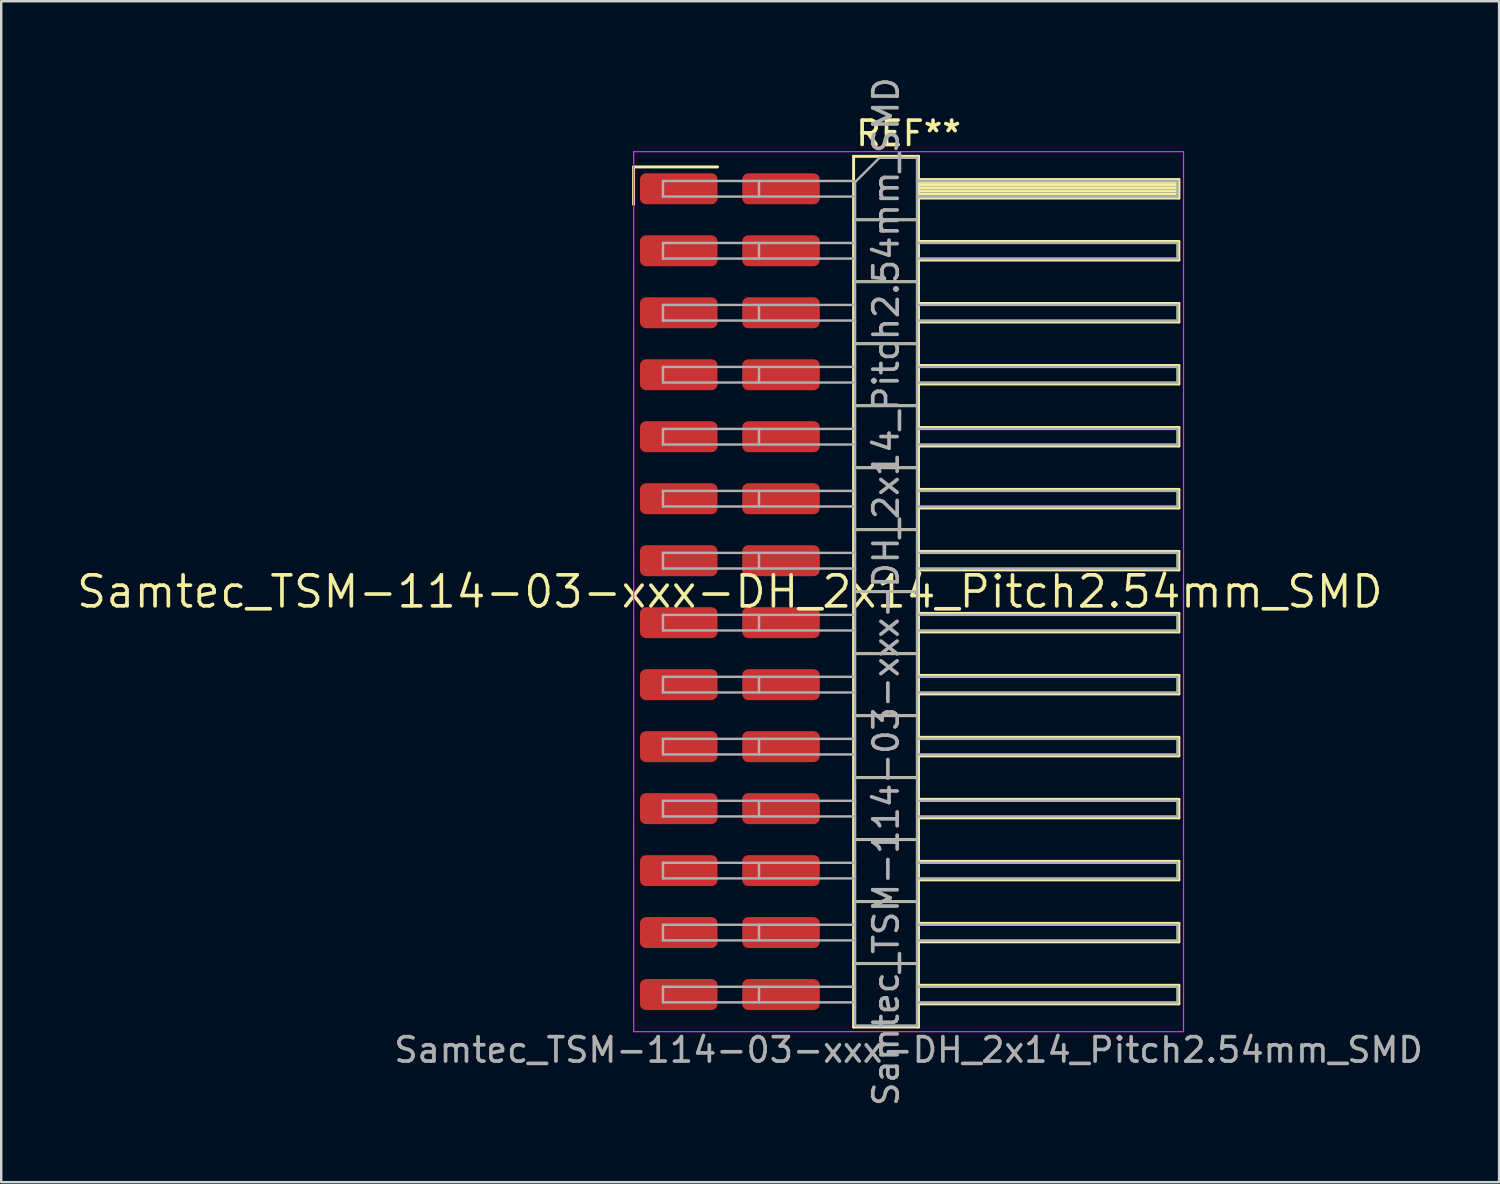
<source format=kicad_pcb>
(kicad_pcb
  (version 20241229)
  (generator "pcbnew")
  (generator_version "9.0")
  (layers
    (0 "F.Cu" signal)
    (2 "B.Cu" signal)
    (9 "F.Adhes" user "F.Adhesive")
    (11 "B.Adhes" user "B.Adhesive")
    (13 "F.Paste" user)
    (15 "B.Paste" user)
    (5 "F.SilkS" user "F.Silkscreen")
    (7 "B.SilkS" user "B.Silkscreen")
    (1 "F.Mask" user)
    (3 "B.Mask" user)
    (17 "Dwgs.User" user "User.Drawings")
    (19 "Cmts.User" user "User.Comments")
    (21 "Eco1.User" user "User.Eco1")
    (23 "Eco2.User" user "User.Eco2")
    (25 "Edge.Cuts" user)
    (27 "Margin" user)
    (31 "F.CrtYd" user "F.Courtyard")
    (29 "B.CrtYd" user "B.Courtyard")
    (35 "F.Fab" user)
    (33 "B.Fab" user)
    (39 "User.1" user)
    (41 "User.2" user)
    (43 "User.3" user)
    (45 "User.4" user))
  (footprint "Samtec_TSM-114-03-xxx-DH_2x14_Pitch2.54mm_SMD"
    (layer "F.Cu")
    (at 26.859 21.196)
    (property "Reference" "Samtec_TSM-114-03-xxx-DH_2x14_Pitch2.54mm_SMD" (at 0 0 0) (layer "F.SilkS") (effects (font (size 1.27 1.27) (thickness 0.15))))
    (attr smd)
    (fp_line (start -3.945 -17.405) (end -0.505 -17.405) (stroke (width 0.12) (type solid)) (layer "F.SilkS"))
    (fp_line (start -3.945 -15.875) (end -3.945 -17.405) (stroke (width 0.12) (type solid)) (layer "F.SilkS"))
    (fp_line (start 5.07 -17.84) (end 7.73 -17.84) (stroke (width 0.12) (type solid)) (layer "F.SilkS"))
    (fp_line (start 5.07 -15.24) (end 7.73 -15.24) (stroke (width 0.12) (type solid)) (layer "F.SilkS"))
    (fp_line (start 5.07 -12.7) (end 7.73 -12.7) (stroke (width 0.12) (type solid)) (layer "F.SilkS"))
    (fp_line (start 5.07 -10.16) (end 7.73 -10.16) (stroke (width 0.12) (type solid)) (layer "F.SilkS"))
    (fp_line (start 5.07 -7.62) (end 7.73 -7.62) (stroke (width 0.12) (type solid)) (layer "F.SilkS"))
    (fp_line (start 5.07 -5.08) (end 7.73 -5.08) (stroke (width 0.12) (type solid)) (layer "F.SilkS"))
    (fp_line (start 5.07 -2.54) (end 7.73 -2.54) (stroke (width 0.12) (type solid)) (layer "F.SilkS"))
    (fp_line (start 5.07 0) (end 7.73 0) (stroke (width 0.12) (type solid)) (layer "F.SilkS"))
    (fp_line (start 5.07 2.54) (end 7.73 2.54) (stroke (width 0.12) (type solid)) (layer "F.SilkS"))
    (fp_line (start 5.07 5.08) (end 7.73 5.08) (stroke (width 0.12) (type solid)) (layer "F.SilkS"))
    (fp_line (start 5.07 7.62) (end 7.73 7.62) (stroke (width 0.12) (type solid)) (layer "F.SilkS"))
    (fp_line (start 5.07 10.16) (end 7.73 10.16) (stroke (width 0.12) (type solid)) (layer "F.SilkS"))
    (fp_line (start 5.07 12.7) (end 7.73 12.7) (stroke (width 0.12) (type solid)) (layer "F.SilkS"))
    (fp_line (start 5.07 15.24) (end 7.73 15.24) (stroke (width 0.12) (type solid)) (layer "F.SilkS"))
    (fp_line (start 5.07 17.84) (end 5.07 -17.84) (stroke (width 0.12) (type solid)) (layer "F.SilkS"))
    (fp_line (start 7.73 -17.84) (end 7.73 17.84) (stroke (width 0.12) (type solid)) (layer "F.SilkS"))
    (fp_line (start 7.73 -16.89) (end 18.4 -16.89) (stroke (width 0.12) (type solid)) (layer "F.SilkS"))
    (fp_line (start 7.73 -16.77) (end 18.4 -16.77) (stroke (width 0.12) (type solid)) (layer "F.SilkS"))
    (fp_line (start 7.73 -16.65) (end 18.4 -16.65) (stroke (width 0.12) (type solid)) (layer "F.SilkS"))
    (fp_line (start 7.73 -16.53) (end 18.4 -16.53) (stroke (width 0.12) (type solid)) (layer "F.SilkS"))
    (fp_line (start 7.73 -16.41) (end 18.4 -16.41) (stroke (width 0.12) (type solid)) (layer "F.SilkS"))
    (fp_line (start 7.73 -16.29) (end 18.4 -16.29) (stroke (width 0.12) (type solid)) (layer "F.SilkS"))
    (fp_line (start 7.73 -16.17) (end 18.4 -16.17) (stroke (width 0.12) (type solid)) (layer "F.SilkS"))
    (fp_line (start 7.73 -16.13) (end 18.4 -16.13) (stroke (width 0.12) (type solid)) (layer "F.SilkS"))
    (fp_line (start 7.73 -14.35) (end 18.4 -14.35) (stroke (width 0.12) (type solid)) (layer "F.SilkS"))
    (fp_line (start 7.73 -13.59) (end 18.4 -13.59) (stroke (width 0.12) (type solid)) (layer "F.SilkS"))
    (fp_line (start 7.73 -11.81) (end 18.4 -11.81) (stroke (width 0.12) (type solid)) (layer "F.SilkS"))
    (fp_line (start 7.73 -11.05) (end 18.4 -11.05) (stroke (width 0.12) (type solid)) (layer "F.SilkS"))
    (fp_line (start 7.73 -9.27) (end 18.4 -9.27) (stroke (width 0.12) (type solid)) (layer "F.SilkS"))
    (fp_line (start 7.73 -8.51) (end 18.4 -8.51) (stroke (width 0.12) (type solid)) (layer "F.SilkS"))
    (fp_line (start 7.73 -6.73) (end 18.4 -6.73) (stroke (width 0.12) (type solid)) (layer "F.SilkS"))
    (fp_line (start 7.73 -5.97) (end 18.4 -5.97) (stroke (width 0.12) (type solid)) (layer "F.SilkS"))
    (fp_line (start 7.73 -4.19) (end 18.4 -4.19) (stroke (width 0.12) (type solid)) (layer "F.SilkS"))
    (fp_line (start 7.73 -3.43) (end 18.4 -3.43) (stroke (width 0.12) (type solid)) (layer "F.SilkS"))
    (fp_line (start 7.73 -1.65) (end 18.4 -1.65) (stroke (width 0.12) (type solid)) (layer "F.SilkS"))
    (fp_line (start 7.73 -0.89) (end 18.4 -0.89) (stroke (width 0.12) (type solid)) (layer "F.SilkS"))
    (fp_line (start 7.73 0.89) (end 18.4 0.89) (stroke (width 0.12) (type solid)) (layer "F.SilkS"))
    (fp_line (start 7.73 1.65) (end 18.4 1.65) (stroke (width 0.12) (type solid)) (layer "F.SilkS"))
    (fp_line (start 7.73 3.43) (end 18.4 3.43) (stroke (width 0.12) (type solid)) (layer "F.SilkS"))
    (fp_line (start 7.73 4.19) (end 18.4 4.19) (stroke (width 0.12) (type solid)) (layer "F.SilkS"))
    (fp_line (start 7.73 5.97) (end 18.4 5.97) (stroke (width 0.12) (type solid)) (layer "F.SilkS"))
    (fp_line (start 7.73 6.73) (end 18.4 6.73) (stroke (width 0.12) (type solid)) (layer "F.SilkS"))
    (fp_line (start 7.73 8.51) (end 18.4 8.51) (stroke (width 0.12) (type solid)) (layer "F.SilkS"))
    (fp_line (start 7.73 9.27) (end 18.4 9.27) (stroke (width 0.12) (type solid)) (layer "F.SilkS"))
    (fp_line (start 7.73 11.05) (end 18.4 11.05) (stroke (width 0.12) (type solid)) (layer "F.SilkS"))
    (fp_line (start 7.73 11.81) (end 18.4 11.81) (stroke (width 0.12) (type solid)) (layer "F.SilkS"))
    (fp_line (start 7.73 13.59) (end 18.4 13.59) (stroke (width 0.12) (type solid)) (layer "F.SilkS"))
    (fp_line (start 7.73 14.35) (end 18.4 14.35) (stroke (width 0.12) (type solid)) (layer "F.SilkS"))
    (fp_line (start 7.73 16.13) (end 18.4 16.13) (stroke (width 0.12) (type solid)) (layer "F.SilkS"))
    (fp_line (start 7.73 16.89) (end 18.4 16.89) (stroke (width 0.12) (type solid)) (layer "F.SilkS"))
    (fp_line (start 7.73 17.84) (end 5.07 17.84) (stroke (width 0.12) (type solid)) (layer "F.SilkS"))
    (fp_line (start 18.4 -16.89) (end 18.4 -16.13) (stroke (width 0.12) (type solid)) (layer "F.SilkS"))
    (fp_line (start 18.4 -14.35) (end 18.4 -13.59) (stroke (width 0.12) (type solid)) (layer "F.SilkS"))
    (fp_line (start 18.4 -11.81) (end 18.4 -11.05) (stroke (width 0.12) (type solid)) (layer "F.SilkS"))
    (fp_line (start 18.4 -9.27) (end 18.4 -8.51) (stroke (width 0.12) (type solid)) (layer "F.SilkS"))
    (fp_line (start 18.4 -6.73) (end 18.4 -5.97) (stroke (width 0.12) (type solid)) (layer "F.SilkS"))
    (fp_line (start 18.4 -4.19) (end 18.4 -3.43) (stroke (width 0.12) (type solid)) (layer "F.SilkS"))
    (fp_line (start 18.4 -1.65) (end 18.4 -0.89) (stroke (width 0.12) (type solid)) (layer "F.SilkS"))
    (fp_line (start 18.4 0.89) (end 18.4 1.65) (stroke (width 0.12) (type solid)) (layer "F.SilkS"))
    (fp_line (start 18.4 3.43) (end 18.4 4.19) (stroke (width 0.12) (type solid)) (layer "F.SilkS"))
    (fp_line (start 18.4 5.97) (end 18.4 6.73) (stroke (width 0.12) (type solid)) (layer "F.SilkS"))
    (fp_line (start 18.4 8.51) (end 18.4 9.27) (stroke (width 0.12) (type solid)) (layer "F.SilkS"))
    (fp_line (start 18.4 11.05) (end 18.4 11.81) (stroke (width 0.12) (type solid)) (layer "F.SilkS"))
    (fp_line (start 18.4 13.59) (end 18.4 14.35) (stroke (width 0.12) (type solid)) (layer "F.SilkS"))
    (fp_line (start 18.4 16.13) (end 18.4 16.89) (stroke (width 0.12) (type solid)) (layer "F.SilkS"))
    (fp_line (start -3.94 -18.03) (end 18.59 -18.03) (stroke (width 0.05) (type solid)) (layer "F.CrtYd"))
    (fp_line (start -3.94 18.03) (end -3.94 -18.03) (stroke (width 0.05) (type solid)) (layer "F.CrtYd"))
    (fp_line (start 18.59 -18.03) (end 18.59 18.03) (stroke (width 0.05) (type solid)) (layer "F.CrtYd"))
    (fp_line (start 18.59 18.03) (end -3.94 18.03) (stroke (width 0.05) (type solid)) (layer "F.CrtYd"))
    (fp_line (start -2.74 -16.83) (end -2.74 -16.19) (stroke (width 0.1) (type solid)) (layer "F.Fab"))
    (fp_line (start -2.74 -16.83) (end 5.13 -16.83) (stroke (width 0.1) (type solid)) (layer "F.Fab"))
    (fp_line (start -2.74 -16.19) (end 5.13 -16.19) (stroke (width 0.1) (type solid)) (layer "F.Fab"))
    (fp_line (start -2.74 -14.29) (end -2.74 -13.65) (stroke (width 0.1) (type solid)) (layer "F.Fab"))
    (fp_line (start -2.74 -14.29) (end 5.13 -14.29) (stroke (width 0.1) (type solid)) (layer "F.Fab"))
    (fp_line (start -2.74 -13.65) (end 5.13 -13.65) (stroke (width 0.1) (type solid)) (layer "F.Fab"))
    (fp_line (start -2.74 -11.75) (end -2.74 -11.11) (stroke (width 0.1) (type solid)) (layer "F.Fab"))
    (fp_line (start -2.74 -11.75) (end 5.13 -11.75) (stroke (width 0.1) (type solid)) (layer "F.Fab"))
    (fp_line (start -2.74 -11.11) (end 5.13 -11.11) (stroke (width 0.1) (type solid)) (layer "F.Fab"))
    (fp_line (start -2.74 -9.21) (end -2.74 -8.57) (stroke (width 0.1) (type solid)) (layer "F.Fab"))
    (fp_line (start -2.74 -9.21) (end 5.13 -9.21) (stroke (width 0.1) (type solid)) (layer "F.Fab"))
    (fp_line (start -2.74 -8.57) (end 5.13 -8.57) (stroke (width 0.1) (type solid)) (layer "F.Fab"))
    (fp_line (start -2.74 -6.67) (end -2.74 -6.03) (stroke (width 0.1) (type solid)) (layer "F.Fab"))
    (fp_line (start -2.74 -6.67) (end 5.13 -6.67) (stroke (width 0.1) (type solid)) (layer "F.Fab"))
    (fp_line (start -2.74 -6.03) (end 5.13 -6.03) (stroke (width 0.1) (type solid)) (layer "F.Fab"))
    (fp_line (start -2.74 -4.13) (end -2.74 -3.49) (stroke (width 0.1) (type solid)) (layer "F.Fab"))
    (fp_line (start -2.74 -4.13) (end 5.13 -4.13) (stroke (width 0.1) (type solid)) (layer "F.Fab"))
    (fp_line (start -2.74 -3.49) (end 5.13 -3.49) (stroke (width 0.1) (type solid)) (layer "F.Fab"))
    (fp_line (start -2.74 -1.59) (end -2.74 -0.95) (stroke (width 0.1) (type solid)) (layer "F.Fab"))
    (fp_line (start -2.74 -1.59) (end 5.13 -1.59) (stroke (width 0.1) (type solid)) (layer "F.Fab"))
    (fp_line (start -2.74 -0.95) (end 5.13 -0.95) (stroke (width 0.1) (type solid)) (layer "F.Fab"))
    (fp_line (start -2.74 0.95) (end -2.74 1.59) (stroke (width 0.1) (type solid)) (layer "F.Fab"))
    (fp_line (start -2.74 0.95) (end 5.13 0.95) (stroke (width 0.1) (type solid)) (layer "F.Fab"))
    (fp_line (start -2.74 1.59) (end 5.13 1.59) (stroke (width 0.1) (type solid)) (layer "F.Fab"))
    (fp_line (start -2.74 3.49) (end -2.74 4.13) (stroke (width 0.1) (type solid)) (layer "F.Fab"))
    (fp_line (start -2.74 3.49) (end 5.13 3.49) (stroke (width 0.1) (type solid)) (layer "F.Fab"))
    (fp_line (start -2.74 4.13) (end 5.13 4.13) (stroke (width 0.1) (type solid)) (layer "F.Fab"))
    (fp_line (start -2.74 6.03) (end -2.74 6.67) (stroke (width 0.1) (type solid)) (layer "F.Fab"))
    (fp_line (start -2.74 6.03) (end 5.13 6.03) (stroke (width 0.1) (type solid)) (layer "F.Fab"))
    (fp_line (start -2.74 6.67) (end 5.13 6.67) (stroke (width 0.1) (type solid)) (layer "F.Fab"))
    (fp_line (start -2.74 8.57) (end -2.74 9.21) (stroke (width 0.1) (type solid)) (layer "F.Fab"))
    (fp_line (start -2.74 8.57) (end 5.13 8.57) (stroke (width 0.1) (type solid)) (layer "F.Fab"))
    (fp_line (start -2.74 9.21) (end 5.13 9.21) (stroke (width 0.1) (type solid)) (layer "F.Fab"))
    (fp_line (start -2.74 11.11) (end -2.74 11.75) (stroke (width 0.1) (type solid)) (layer "F.Fab"))
    (fp_line (start -2.74 11.11) (end 5.13 11.11) (stroke (width 0.1) (type solid)) (layer "F.Fab"))
    (fp_line (start -2.74 11.75) (end 5.13 11.75) (stroke (width 0.1) (type solid)) (layer "F.Fab"))
    (fp_line (start -2.74 13.65) (end -2.74 14.29) (stroke (width 0.1) (type solid)) (layer "F.Fab"))
    (fp_line (start -2.74 13.65) (end 5.13 13.65) (stroke (width 0.1) (type solid)) (layer "F.Fab"))
    (fp_line (start -2.74 14.29) (end 5.13 14.29) (stroke (width 0.1) (type solid)) (layer "F.Fab"))
    (fp_line (start -2.74 16.19) (end -2.74 16.83) (stroke (width 0.1) (type solid)) (layer "F.Fab"))
    (fp_line (start -2.74 16.19) (end 5.13 16.19) (stroke (width 0.1) (type solid)) (layer "F.Fab"))
    (fp_line (start -2.74 16.83) (end 5.13 16.83) (stroke (width 0.1) (type solid)) (layer "F.Fab"))
    (fp_line (start 1.195 -16.83) (end 1.195 -16.19) (stroke (width 0.1) (type solid)) (layer "F.Fab"))
    (fp_line (start 1.195 -14.29) (end 1.195 -13.65) (stroke (width 0.1) (type solid)) (layer "F.Fab"))
    (fp_line (start 1.195 -11.75) (end 1.195 -11.11) (stroke (width 0.1) (type solid)) (layer "F.Fab"))
    (fp_line (start 1.195 -9.21) (end 1.195 -8.57) (stroke (width 0.1) (type solid)) (layer "F.Fab"))
    (fp_line (start 1.195 -6.67) (end 1.195 -6.03) (stroke (width 0.1) (type solid)) (layer "F.Fab"))
    (fp_line (start 1.195 -4.13) (end 1.195 -3.49) (stroke (width 0.1) (type solid)) (layer "F.Fab"))
    (fp_line (start 1.195 -1.59) (end 1.195 -0.95) (stroke (width 0.1) (type solid)) (layer "F.Fab"))
    (fp_line (start 1.195 0.95) (end 1.195 1.59) (stroke (width 0.1) (type solid)) (layer "F.Fab"))
    (fp_line (start 1.195 3.49) (end 1.195 4.13) (stroke (width 0.1) (type solid)) (layer "F.Fab"))
    (fp_line (start 1.195 6.03) (end 1.195 6.67) (stroke (width 0.1) (type solid)) (layer "F.Fab"))
    (fp_line (start 1.195 8.57) (end 1.195 9.21) (stroke (width 0.1) (type solid)) (layer "F.Fab"))
    (fp_line (start 1.195 11.11) (end 1.195 11.75) (stroke (width 0.1) (type solid)) (layer "F.Fab"))
    (fp_line (start 1.195 13.65) (end 1.195 14.29) (stroke (width 0.1) (type solid)) (layer "F.Fab"))
    (fp_line (start 1.195 16.19) (end 1.195 16.83) (stroke (width 0.1) (type solid)) (layer "F.Fab"))
    (fp_line (start 5.13 -16.78) (end 6.13 -17.78) (stroke (width 0.1) (type solid)) (layer "F.Fab"))
    (fp_line (start 5.13 -15.24) (end 7.67 -15.24) (stroke (width 0.1) (type solid)) (layer "F.Fab"))
    (fp_line (start 5.13 -12.7) (end 7.67 -12.7) (stroke (width 0.1) (type solid)) (layer "F.Fab"))
    (fp_line (start 5.13 -10.16) (end 7.67 -10.16) (stroke (width 0.1) (type solid)) (layer "F.Fab"))
    (fp_line (start 5.13 -7.62) (end 7.67 -7.62) (stroke (width 0.1) (type solid)) (layer "F.Fab"))
    (fp_line (start 5.13 -5.08) (end 7.67 -5.08) (stroke (width 0.1) (type solid)) (layer "F.Fab"))
    (fp_line (start 5.13 -2.54) (end 7.67 -2.54) (stroke (width 0.1) (type solid)) (layer "F.Fab"))
    (fp_line (start 5.13 0) (end 7.67 0) (stroke (width 0.1) (type solid)) (layer "F.Fab"))
    (fp_line (start 5.13 2.54) (end 7.67 2.54) (stroke (width 0.1) (type solid)) (layer "F.Fab"))
    (fp_line (start 5.13 5.08) (end 7.67 5.08) (stroke (width 0.1) (type solid)) (layer "F.Fab"))
    (fp_line (start 5.13 7.62) (end 7.67 7.62) (stroke (width 0.1) (type solid)) (layer "F.Fab"))
    (fp_line (start 5.13 10.16) (end 7.67 10.16) (stroke (width 0.1) (type solid)) (layer "F.Fab"))
    (fp_line (start 5.13 12.7) (end 7.67 12.7) (stroke (width 0.1) (type solid)) (layer "F.Fab"))
    (fp_line (start 5.13 15.24) (end 7.67 15.24) (stroke (width 0.1) (type solid)) (layer "F.Fab"))
    (fp_line (start 5.13 17.78) (end 5.13 -16.78) (stroke (width 0.1) (type solid)) (layer "F.Fab"))
    (fp_line (start 6.13 -17.78) (end 7.67 -17.78) (stroke (width 0.1) (type solid)) (layer "F.Fab"))
    (fp_line (start 7.67 -17.78) (end 7.67 17.78) (stroke (width 0.1) (type solid)) (layer "F.Fab"))
    (fp_line (start 7.67 -16.83) (end 18.34 -16.83) (stroke (width 0.1) (type solid)) (layer "F.Fab"))
    (fp_line (start 7.67 -16.19) (end 18.34 -16.19) (stroke (width 0.1) (type solid)) (layer "F.Fab"))
    (fp_line (start 7.67 -14.29) (end 18.34 -14.29) (stroke (width 0.1) (type solid)) (layer "F.Fab"))
    (fp_line (start 7.67 -13.65) (end 18.34 -13.65) (stroke (width 0.1) (type solid)) (layer "F.Fab"))
    (fp_line (start 7.67 -11.75) (end 18.34 -11.75) (stroke (width 0.1) (type solid)) (layer "F.Fab"))
    (fp_line (start 7.67 -11.11) (end 18.34 -11.11) (stroke (width 0.1) (type solid)) (layer "F.Fab"))
    (fp_line (start 7.67 -9.21) (end 18.34 -9.21) (stroke (width 0.1) (type solid)) (layer "F.Fab"))
    (fp_line (start 7.67 -8.57) (end 18.34 -8.57) (stroke (width 0.1) (type solid)) (layer "F.Fab"))
    (fp_line (start 7.67 -6.67) (end 18.34 -6.67) (stroke (width 0.1) (type solid)) (layer "F.Fab"))
    (fp_line (start 7.67 -6.03) (end 18.34 -6.03) (stroke (width 0.1) (type solid)) (layer "F.Fab"))
    (fp_line (start 7.67 -4.13) (end 18.34 -4.13) (stroke (width 0.1) (type solid)) (layer "F.Fab"))
    (fp_line (start 7.67 -3.49) (end 18.34 -3.49) (stroke (width 0.1) (type solid)) (layer "F.Fab"))
    (fp_line (start 7.67 -1.59) (end 18.34 -1.59) (stroke (width 0.1) (type solid)) (layer "F.Fab"))
    (fp_line (start 7.67 -0.95) (end 18.34 -0.95) (stroke (width 0.1) (type solid)) (layer "F.Fab"))
    (fp_line (start 7.67 0.95) (end 18.34 0.95) (stroke (width 0.1) (type solid)) (layer "F.Fab"))
    (fp_line (start 7.67 1.59) (end 18.34 1.59) (stroke (width 0.1) (type solid)) (layer "F.Fab"))
    (fp_line (start 7.67 3.49) (end 18.34 3.49) (stroke (width 0.1) (type solid)) (layer "F.Fab"))
    (fp_line (start 7.67 4.13) (end 18.34 4.13) (stroke (width 0.1) (type solid)) (layer "F.Fab"))
    (fp_line (start 7.67 6.03) (end 18.34 6.03) (stroke (width 0.1) (type solid)) (layer "F.Fab"))
    (fp_line (start 7.67 6.67) (end 18.34 6.67) (stroke (width 0.1) (type solid)) (layer "F.Fab"))
    (fp_line (start 7.67 8.57) (end 18.34 8.57) (stroke (width 0.1) (type solid)) (layer "F.Fab"))
    (fp_line (start 7.67 9.21) (end 18.34 9.21) (stroke (width 0.1) (type solid)) (layer "F.Fab"))
    (fp_line (start 7.67 11.11) (end 18.34 11.11) (stroke (width 0.1) (type solid)) (layer "F.Fab"))
    (fp_line (start 7.67 11.75) (end 18.34 11.75) (stroke (width 0.1) (type solid)) (layer "F.Fab"))
    (fp_line (start 7.67 13.65) (end 18.34 13.65) (stroke (width 0.1) (type solid)) (layer "F.Fab"))
    (fp_line (start 7.67 14.29) (end 18.34 14.29) (stroke (width 0.1) (type solid)) (layer "F.Fab"))
    (fp_line (start 7.67 16.19) (end 18.34 16.19) (stroke (width 0.1) (type solid)) (layer "F.Fab"))
    (fp_line (start 7.67 16.83) (end 18.34 16.83) (stroke (width 0.1) (type solid)) (layer "F.Fab"))
    (fp_line (start 7.67 17.78) (end 5.13 17.78) (stroke (width 0.1) (type solid)) (layer "F.Fab"))
    (fp_line (start 18.34 -16.83) (end 18.34 -16.19) (stroke (width 0.1) (type solid)) (layer "F.Fab"))
    (fp_line (start 18.34 -14.29) (end 18.34 -13.65) (stroke (width 0.1) (type solid)) (layer "F.Fab"))
    (fp_line (start 18.34 -11.75) (end 18.34 -11.11) (stroke (width 0.1) (type solid)) (layer "F.Fab"))
    (fp_line (start 18.34 -9.21) (end 18.34 -8.57) (stroke (width 0.1) (type solid)) (layer "F.Fab"))
    (fp_line (start 18.34 -6.67) (end 18.34 -6.03) (stroke (width 0.1) (type solid)) (layer "F.Fab"))
    (fp_line (start 18.34 -4.13) (end 18.34 -3.49) (stroke (width 0.1) (type solid)) (layer "F.Fab"))
    (fp_line (start 18.34 -1.59) (end 18.34 -0.95) (stroke (width 0.1) (type solid)) (layer "F.Fab"))
    (fp_line (start 18.34 0.95) (end 18.34 1.59) (stroke (width 0.1) (type solid)) (layer "F.Fab"))
    (fp_line (start 18.34 3.49) (end 18.34 4.13) (stroke (width 0.1) (type solid)) (layer "F.Fab"))
    (fp_line (start 18.34 6.03) (end 18.34 6.67) (stroke (width 0.1) (type solid)) (layer "F.Fab"))
    (fp_line (start 18.34 8.57) (end 18.34 9.21) (stroke (width 0.1) (type solid)) (layer "F.Fab"))
    (fp_line (start 18.34 11.11) (end 18.34 11.75) (stroke (width 0.1) (type solid)) (layer "F.Fab"))
    (fp_line (start 18.34 13.65) (end 18.34 14.29) (stroke (width 0.1) (type solid)) (layer "F.Fab"))
    (fp_line (start 18.34 16.19) (end 18.34 16.83) (stroke (width 0.1) (type solid)) (layer "F.Fab"))
    (fp_text user "REF**" (at 7.325 -18.78 0) (layer "F.SilkS") (effects (font (size 1 1) (thickness 0.15))))
    (fp_text user "Samtec_TSM-114-03-xxx-DH_2x14_Pitch2.54mm_SMD" (at 7.325 18.78 0) (layer "F.Fab") (effects (font (size 1 1) (thickness 0.15))))
    (fp_text user "${REFERENCE}" (at 6.4 0 90) (layer "F.Fab") (effects (font (size 1 1) (thickness 0.15))))
    (pad "1" smd roundrect (at -2.095 -16.51) (size 3.18 1.27) (layers "F.Cu" "F.Mask" "F.Paste") (roundrect_rratio 0.197))
    (pad "2" smd roundrect (at 2.095 -16.51) (size 3.18 1.27) (layers "F.Cu" "F.Mask" "F.Paste") (roundrect_rratio 0.197))
    (pad "3" smd roundrect (at -2.095 -13.97) (size 3.18 1.27) (layers "F.Cu" "F.Mask" "F.Paste") (roundrect_rratio 0.197))
    (pad "4" smd roundrect (at 2.095 -13.97) (size 3.18 1.27) (layers "F.Cu" "F.Mask" "F.Paste") (roundrect_rratio 0.197))
    (pad "5" smd roundrect (at -2.095 -11.43) (size 3.18 1.27) (layers "F.Cu" "F.Mask" "F.Paste") (roundrect_rratio 0.197))
    (pad "6" smd roundrect (at 2.095 -11.43) (size 3.18 1.27) (layers "F.Cu" "F.Mask" "F.Paste") (roundrect_rratio 0.197))
    (pad "7" smd roundrect (at -2.095 -8.89) (size 3.18 1.27) (layers "F.Cu" "F.Mask" "F.Paste") (roundrect_rratio 0.197))
    (pad "8" smd roundrect (at 2.095 -8.89) (size 3.18 1.27) (layers "F.Cu" "F.Mask" "F.Paste") (roundrect_rratio 0.197))
    (pad "9" smd roundrect (at -2.095 -6.35) (size 3.18 1.27) (layers "F.Cu" "F.Mask" "F.Paste") (roundrect_rratio 0.197))
    (pad "10" smd roundrect (at 2.095 -6.35) (size 3.18 1.27) (layers "F.Cu" "F.Mask" "F.Paste") (roundrect_rratio 0.197))
    (pad "11" smd roundrect (at -2.095 -3.81) (size 3.18 1.27) (layers "F.Cu" "F.Mask" "F.Paste") (roundrect_rratio 0.197))
    (pad "12" smd roundrect (at 2.095 -3.81) (size 3.18 1.27) (layers "F.Cu" "F.Mask" "F.Paste") (roundrect_rratio 0.197))
    (pad "13" smd roundrect (at -2.095 -1.27) (size 3.18 1.27) (layers "F.Cu" "F.Mask" "F.Paste") (roundrect_rratio 0.197))
    (pad "14" smd roundrect (at 2.095 -1.27) (size 3.18 1.27) (layers "F.Cu" "F.Mask" "F.Paste") (roundrect_rratio 0.197))
    (pad "15" smd roundrect (at -2.095 1.27) (size 3.18 1.27) (layers "F.Cu" "F.Mask" "F.Paste") (roundrect_rratio 0.197))
    (pad "16" smd roundrect (at 2.095 1.27) (size 3.18 1.27) (layers "F.Cu" "F.Mask" "F.Paste") (roundrect_rratio 0.197))
    (pad "17" smd roundrect (at -2.095 3.81) (size 3.18 1.27) (layers "F.Cu" "F.Mask" "F.Paste") (roundrect_rratio 0.197))
    (pad "18" smd roundrect (at 2.095 3.81) (size 3.18 1.27) (layers "F.Cu" "F.Mask" "F.Paste") (roundrect_rratio 0.197))
    (pad "19" smd roundrect (at -2.095 6.35) (size 3.18 1.27) (layers "F.Cu" "F.Mask" "F.Paste") (roundrect_rratio 0.197))
    (pad "20" smd roundrect (at 2.095 6.35) (size 3.18 1.27) (layers "F.Cu" "F.Mask" "F.Paste") (roundrect_rratio 0.197))
    (pad "21" smd roundrect (at -2.095 8.89) (size 3.18 1.27) (layers "F.Cu" "F.Mask" "F.Paste") (roundrect_rratio 0.197))
    (pad "22" smd roundrect (at 2.095 8.89) (size 3.18 1.27) (layers "F.Cu" "F.Mask" "F.Paste") (roundrect_rratio 0.197))
    (pad "23" smd roundrect (at -2.095 11.43) (size 3.18 1.27) (layers "F.Cu" "F.Mask" "F.Paste") (roundrect_rratio 0.197))
    (pad "24" smd roundrect (at 2.095 11.43) (size 3.18 1.27) (layers "F.Cu" "F.Mask" "F.Paste") (roundrect_rratio 0.197))
    (pad "25" smd roundrect (at -2.095 13.97) (size 3.18 1.27) (layers "F.Cu" "F.Mask" "F.Paste") (roundrect_rratio 0.197))
    (pad "26" smd roundrect (at 2.095 13.97) (size 3.18 1.27) (layers "F.Cu" "F.Mask" "F.Paste") (roundrect_rratio 0.197))
    (pad "27" smd roundrect (at -2.095 16.51) (size 3.18 1.27) (layers "F.Cu" "F.Mask" "F.Paste") (roundrect_rratio 0.197))
    (pad "28" smd roundrect (at 2.095 16.51) (size 3.18 1.27) (layers "F.Cu" "F.Mask" "F.Paste") (roundrect_rratio 0.197)))
  (gr_rect
    (start -3 -3)
    (end 58.38 45.393)
    (stroke (width 0.1) (type default))
    (fill no)
    (layer "Edge.Cuts")))
</source>
